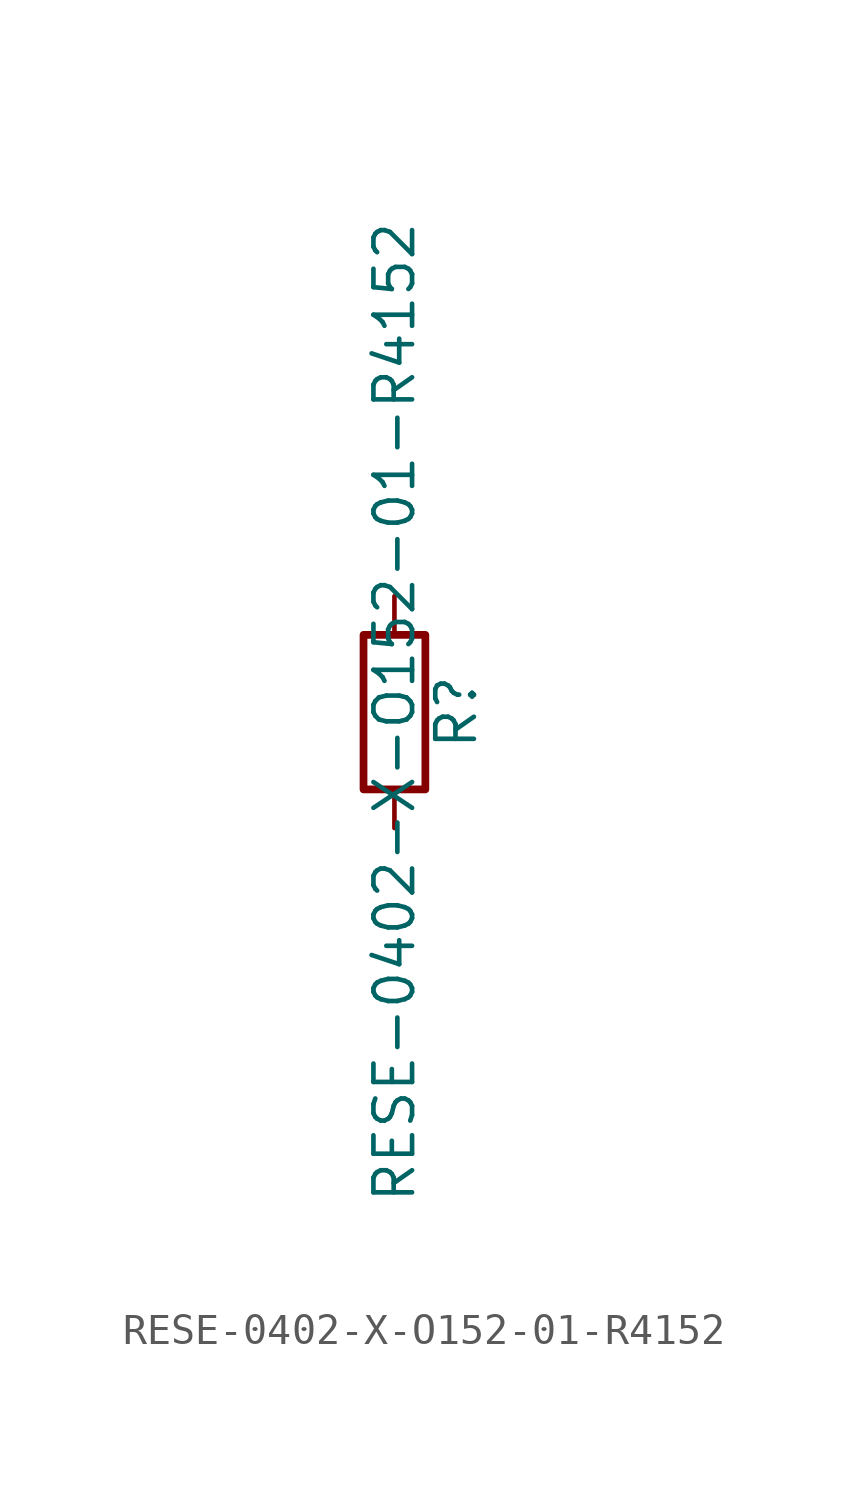
<source format=kicad_sym>
(kicad_symbol_lib
  (version 20211014)
  (generator kicad_symbol_editor)
  (symbol "RESE-0402-X-O152-01-R4152"
    (pin_numbers hide)
    (pin_names
      (offset 0))
    (property "Reference" "R"
      (at 2.032 0 90)
      (effects (font (size 1.27 1.27))))
    (property "Value" "RESE-0402-X-O152-01-R4152"
      (at 0 0 90)
      (effects (font (size 1.27 1.27))))
    (symbol "RESE-0402-X-O152-01-R4152_0_1"
      (rectangle (start -1.016 -2.54) (end 1.016 2.54) (stroke (width 0.254) (type default) (color 0 0 0 0)) (fill (type none))))
    (symbol "RESE-0402-X-O152-01-R4152_1_1"
      (pin passive line (at 0 3.81 270) (length 1.27) (name "~" (effects (font (size 1.27 1.27)))) (number "1" (effects (font (size 1.27 1.27)))))
      (pin passive line (at 0 -3.81 90) (length 1.27) (name "~" (effects (font (size 1.27 1.27)))) (number "2" (effects (font (size 1.27 1.27))))))))
</source>
